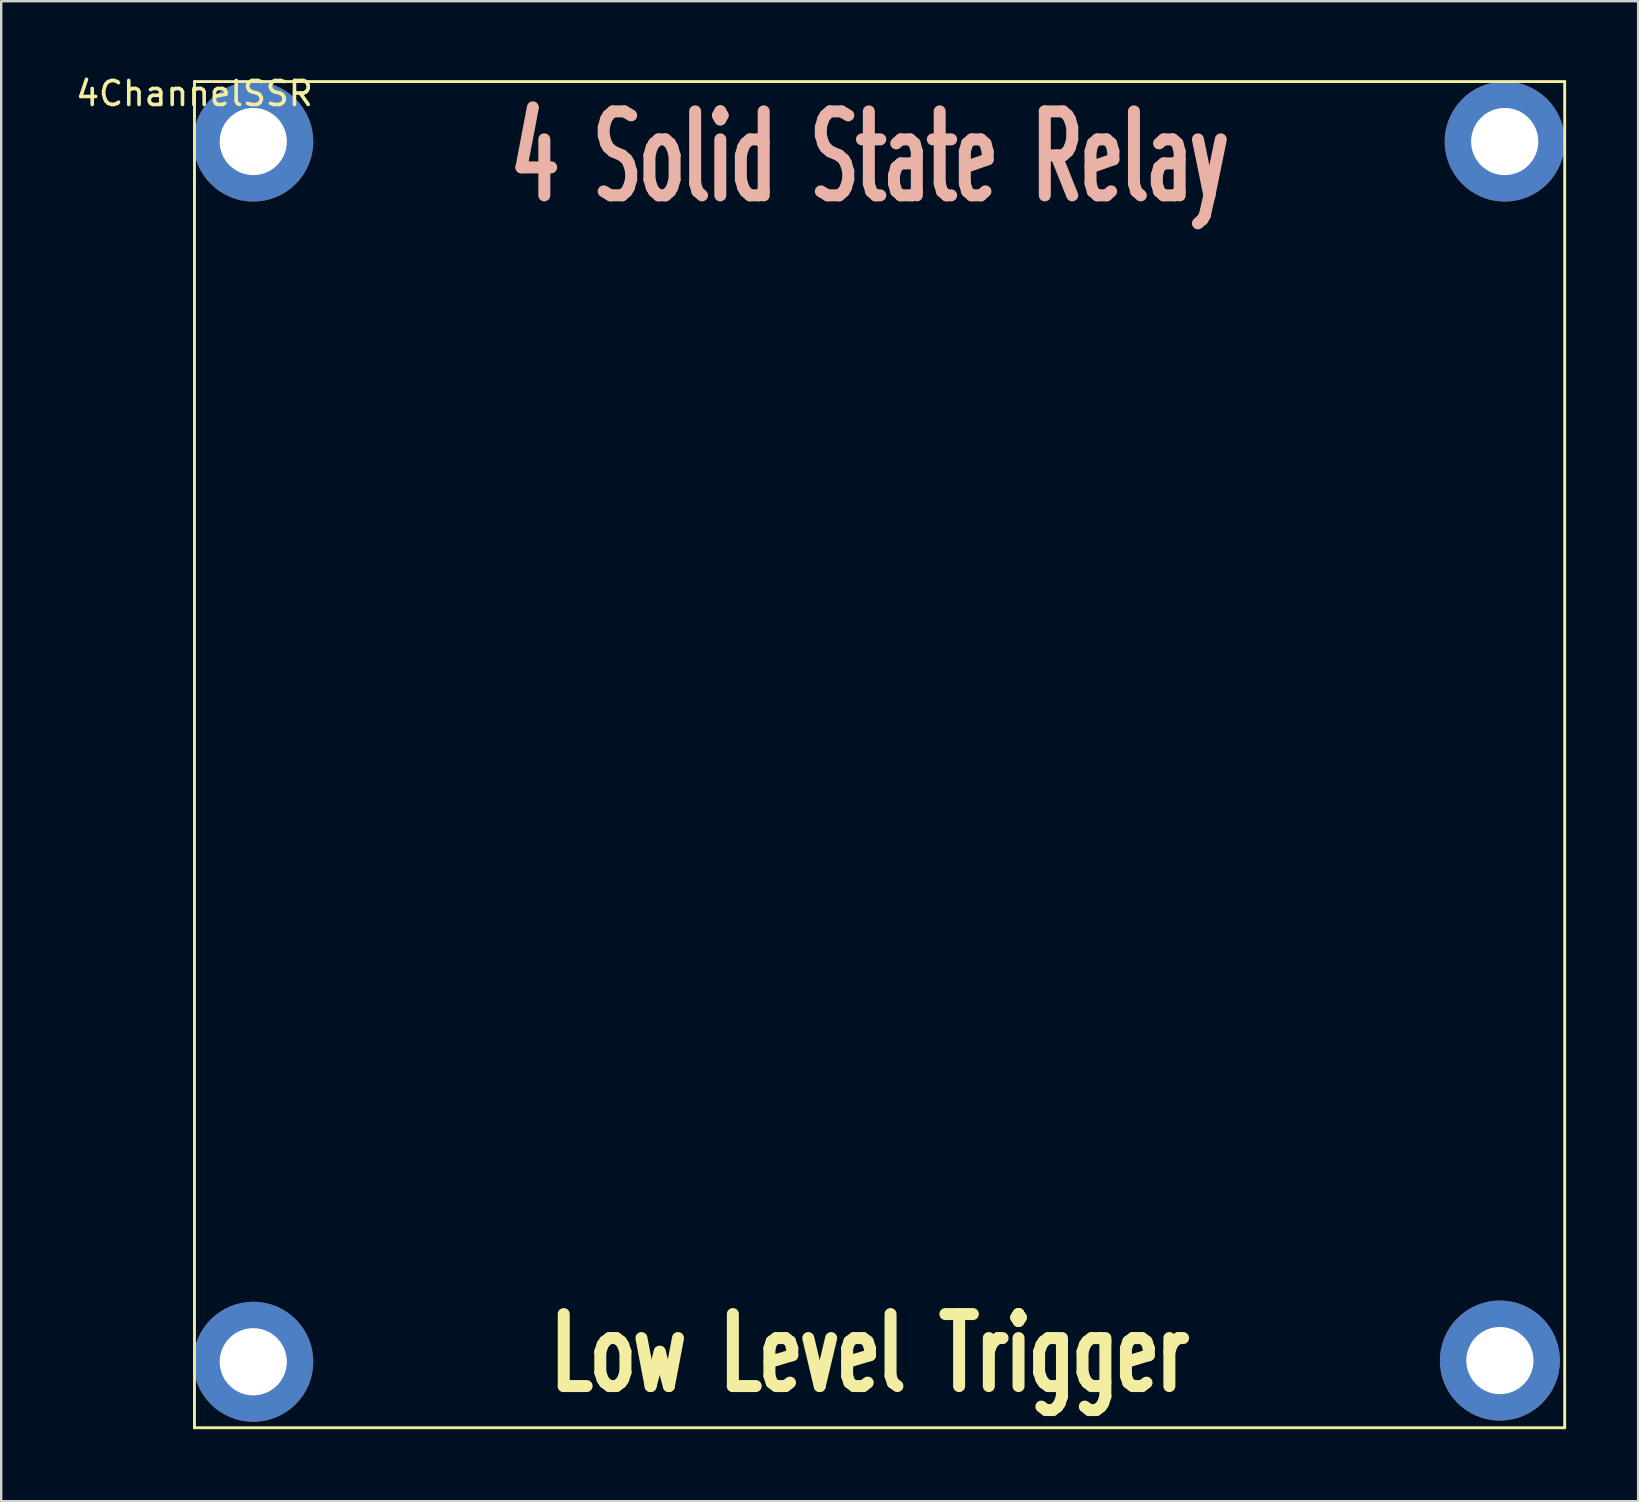
<source format=kicad_pcb>
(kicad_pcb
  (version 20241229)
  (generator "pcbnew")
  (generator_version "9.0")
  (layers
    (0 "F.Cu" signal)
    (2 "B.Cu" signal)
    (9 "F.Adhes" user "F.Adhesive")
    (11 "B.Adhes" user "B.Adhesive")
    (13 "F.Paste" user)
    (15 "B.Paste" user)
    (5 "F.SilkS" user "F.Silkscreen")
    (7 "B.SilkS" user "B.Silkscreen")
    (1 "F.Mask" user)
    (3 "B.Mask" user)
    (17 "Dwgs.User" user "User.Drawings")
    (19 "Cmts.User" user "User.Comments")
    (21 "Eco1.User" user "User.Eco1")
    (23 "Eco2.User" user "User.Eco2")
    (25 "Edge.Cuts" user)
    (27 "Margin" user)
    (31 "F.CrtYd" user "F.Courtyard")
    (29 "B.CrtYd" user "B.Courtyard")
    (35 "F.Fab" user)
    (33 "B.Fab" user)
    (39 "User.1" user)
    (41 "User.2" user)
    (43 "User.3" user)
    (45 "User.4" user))
  (footprint "4ChannelSSR"
    (layer "F.Cu")
    (at 33.204 26.748)
    (property "Reference" "4ChannelSSR" (at -28.15 -25.9 0) (layer "F.SilkS") (effects (font (size 1 1) (thickness 0.15))))
    (attr through_hole)
    (fp_line (start -28.15 -26.4) (end 28.95 -26.4) (stroke (width 0.12) (type solid)) (layer "F.SilkS"))
    (fp_line (start -28.15 29.7) (end -28.15 -26.4) (stroke (width 0.12) (type solid)) (layer "F.SilkS"))
    (fp_line (start 28.95 -26.4) (end 28.95 29.7) (stroke (width 0.12) (type solid)) (layer "F.SilkS"))
    (fp_line (start 28.95 29.7) (end -28.15 29.7) (stroke (width 0.12) (type solid)) (layer "F.SilkS"))
    (fp_text user "Low Level Trigger" (at 0 26.6 0) (layer "F.SilkS") (effects (font (size 3 2) (thickness 0.5))))
    (fp_text user "4 Solid State Relay" (at 0 -23.25 180) (layer "B.SilkS") (effects (font (size 3.5 2) (thickness 0.5))))
    (pad "1" thru_hole circle (at -25.7 -23.9) (size 5 5) (drill 2.8) (layers "*.Cu" "*.Mask"))
    (pad "1" thru_hole circle (at -25.7 26.95) (size 5 5) (drill 2.8) (layers "*.Cu" "*.Mask"))
    (pad "1" thru_hole circle (at 26.25 26.9) (size 5 5) (drill 2.8) (layers "*.Cu" "*.Mask"))
    (pad "1" thru_hole circle (at 26.45 -23.9) (size 5 5) (drill 2.8) (layers "*.Cu" "*.Mask")))
  (gr_rect
    (start -3 -3)
    (end 65.214 59.508)
    (stroke (width 0.1) (type default))
    (fill no)
    (layer "Edge.Cuts")))
</source>
